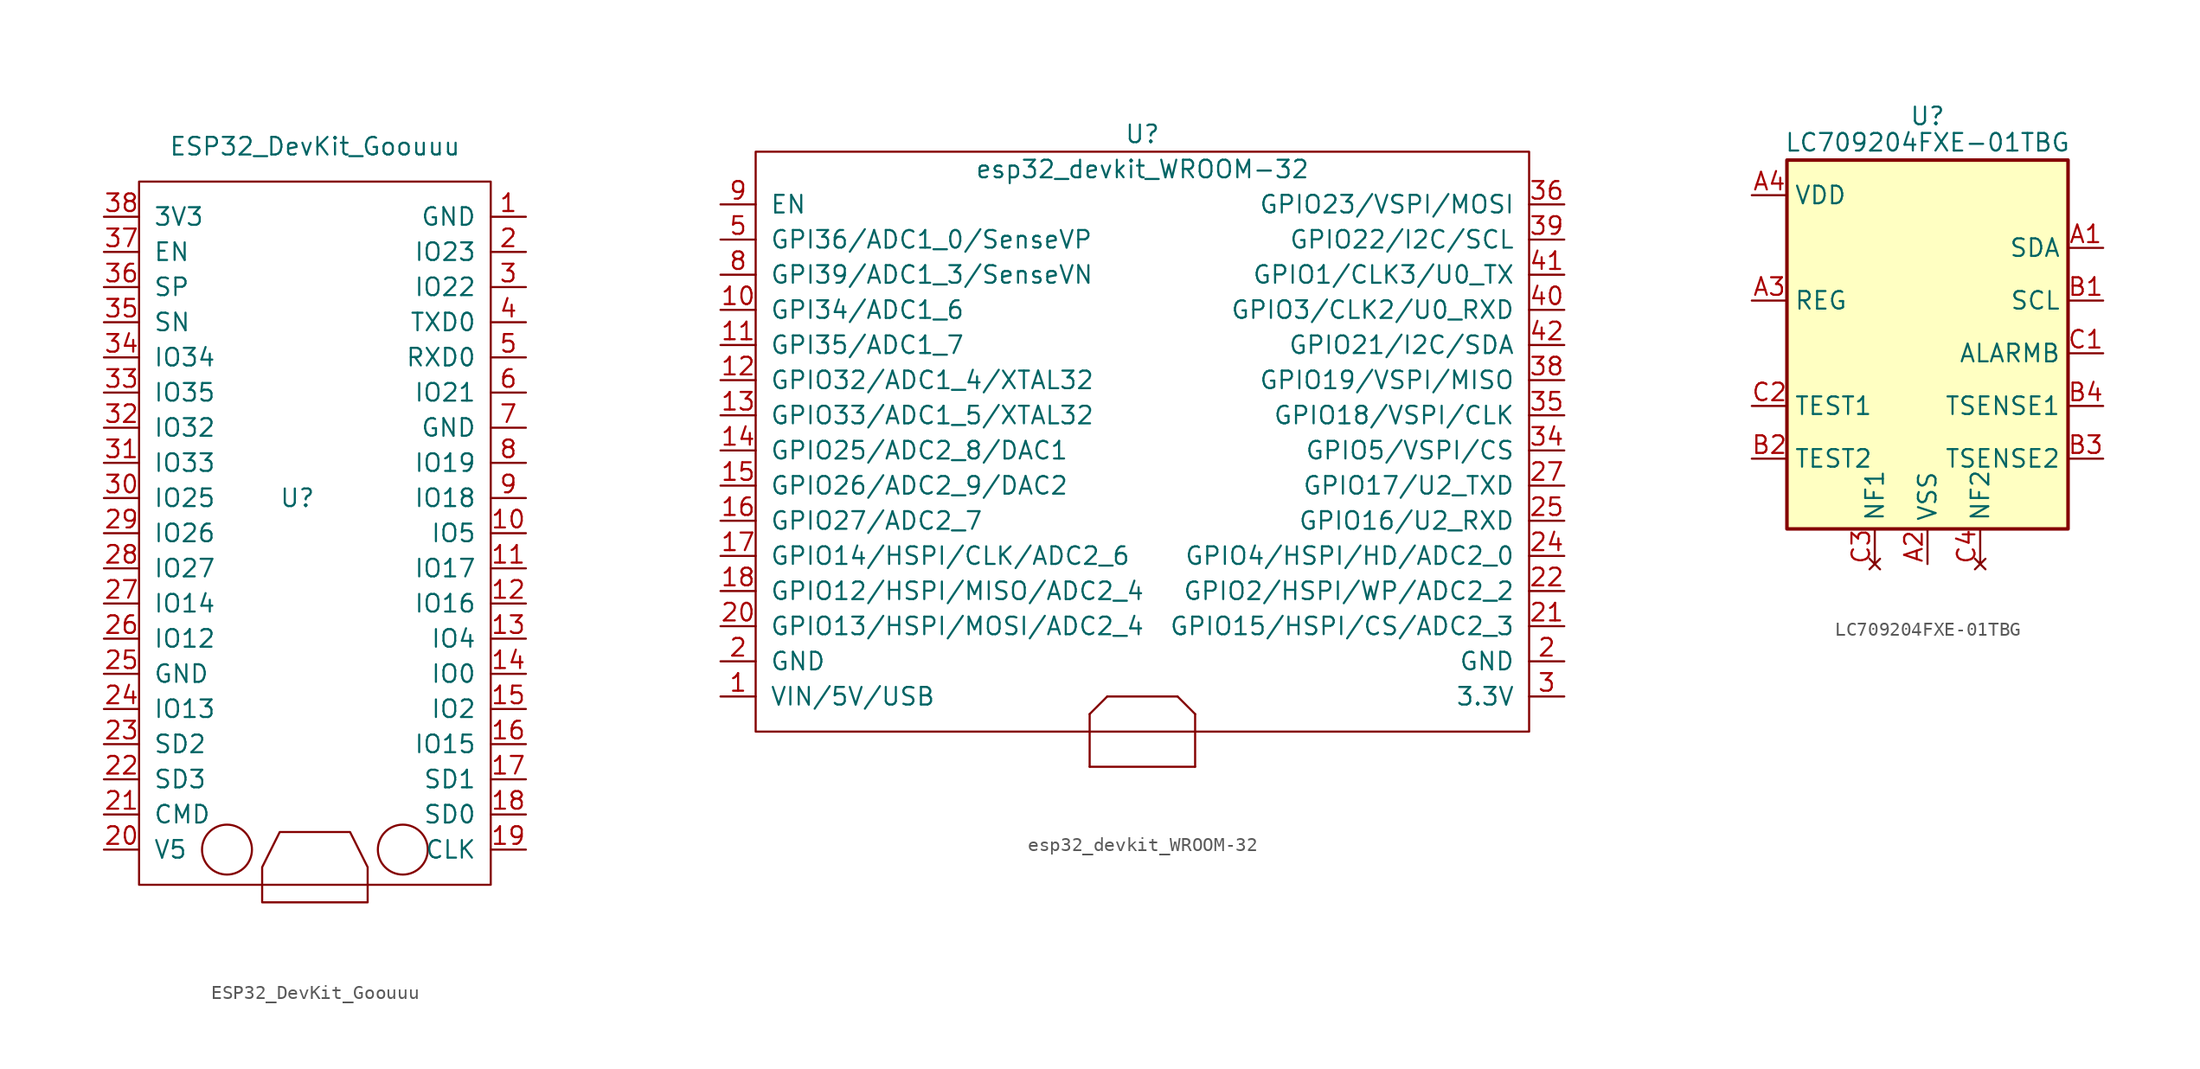
<source format=kicad_sym>
(kicad_symbol_lib
  (version 20220914)
  (generator kicad_symbol_editor)
  (symbol "ESP32_DevKit_Goouuu"
    (pin_names
      (offset 1.016))
    (property "Reference" "U"
      (at -1.27 2.54 0)
      (effects (font (size 1.27 1.27))))
    (property "Value" "ESP32_DevKit_Goouuu"
      (at 0 27.94 0)
      (effects (font (size 1.27 1.27))))
    (symbol "ESP32_DevKit_Goouuu_0_1"
      (rectangle (start -12.7 25.4) (end 12.7 -25.4) (stroke (width 0) (type default)) (fill (type none)))
      (circle (center -6.35 -22.86) (radius 1.803) (stroke (width 0) (type default)) (fill (type none)))
      (polyline (pts (xy -3.81 -26.67) (xy 3.81 -26.67) (xy 3.81 -24.13) (xy 2.54 -21.59) (xy -2.54 -21.59) (xy -3.81 -24.13) (xy -3.81 -26.67)) (stroke (width 0) (type default)) (fill (type none)))
      (circle (center 6.35 -22.86) (radius 1.803) (stroke (width 0) (type default)) (fill (type none))))
    (symbol "ESP32_DevKit_Goouuu_1_1"
      (pin input line (at 15.24 22.86 180) (length 2.54) (name "GND" (effects (font (size 1.27 1.27)))) (number "1" (effects (font (size 1.27 1.27)))))
      (pin input line (at 15.24 0 180) (length 2.54) (name "IO5" (effects (font (size 1.27 1.27)))) (number "10" (effects (font (size 1.27 1.27)))))
      (pin input line (at 15.24 -2.54 180) (length 2.54) (name "IO17" (effects (font (size 1.27 1.27)))) (number "11" (effects (font (size 1.27 1.27)))))
      (pin input line (at 15.24 -5.08 180) (length 2.54) (name "IO16" (effects (font (size 1.27 1.27)))) (number "12" (effects (font (size 1.27 1.27)))))
      (pin input line (at 15.24 -7.62 180) (length 2.54) (name "IO4" (effects (font (size 1.27 1.27)))) (number "13" (effects (font (size 1.27 1.27)))))
      (pin input line (at 15.24 -10.16 180) (length 2.54) (name "IO0" (effects (font (size 1.27 1.27)))) (number "14" (effects (font (size 1.27 1.27)))))
      (pin input line (at 15.24 -12.7 180) (length 2.54) (name "IO2" (effects (font (size 1.27 1.27)))) (number "15" (effects (font (size 1.27 1.27)))))
      (pin input line (at 15.24 -15.24 180) (length 2.54) (name "IO15" (effects (font (size 1.27 1.27)))) (number "16" (effects (font (size 1.27 1.27)))))
      (pin input line (at 15.24 -17.78 180) (length 2.54) (name "SD1" (effects (font (size 1.27 1.27)))) (number "17" (effects (font (size 1.27 1.27)))))
      (pin input line (at 15.24 -20.32 180) (length 2.54) (name "SD0" (effects (font (size 1.27 1.27)))) (number "18" (effects (font (size 1.27 1.27)))))
      (pin input line (at 15.24 -22.86 180) (length 2.54) (name "CLK" (effects (font (size 1.27 1.27)))) (number "19" (effects (font (size 1.27 1.27)))))
      (pin input line (at 15.24 20.32 180) (length 2.54) (name "IO23" (effects (font (size 1.27 1.27)))) (number "2" (effects (font (size 1.27 1.27)))))
      (pin input line (at -15.24 -22.86 0) (length 2.54) (name "V5" (effects (font (size 1.27 1.27)))) (number "20" (effects (font (size 1.27 1.27)))))
      (pin input line (at -15.24 -20.32 0) (length 2.54) (name "CMD" (effects (font (size 1.27 1.27)))) (number "21" (effects (font (size 1.27 1.27)))))
      (pin input line (at -15.24 -17.78 0) (length 2.54) (name "SD3" (effects (font (size 1.27 1.27)))) (number "22" (effects (font (size 1.27 1.27)))))
      (pin input line (at -15.24 -15.24 0) (length 2.54) (name "SD2" (effects (font (size 1.27 1.27)))) (number "23" (effects (font (size 1.27 1.27)))))
      (pin input line (at -15.24 -12.7 0) (length 2.54) (name "IO13" (effects (font (size 1.27 1.27)))) (number "24" (effects (font (size 1.27 1.27)))))
      (pin input line (at -15.24 -10.16 0) (length 2.54) (name "GND" (effects (font (size 1.27 1.27)))) (number "25" (effects (font (size 1.27 1.27)))))
      (pin input line (at -15.24 -7.62 0) (length 2.54) (name "IO12" (effects (font (size 1.27 1.27)))) (number "26" (effects (font (size 1.27 1.27)))))
      (pin input line (at -15.24 -5.08 0) (length 2.54) (name "IO14" (effects (font (size 1.27 1.27)))) (number "27" (effects (font (size 1.27 1.27)))))
      (pin input line (at -15.24 -2.54 0) (length 2.54) (name "IO27" (effects (font (size 1.27 1.27)))) (number "28" (effects (font (size 1.27 1.27)))))
      (pin input line (at -15.24 0 0) (length 2.54) (name "IO26" (effects (font (size 1.27 1.27)))) (number "29" (effects (font (size 1.27 1.27)))))
      (pin input line (at 15.24 17.78 180) (length 2.54) (name "IO22" (effects (font (size 1.27 1.27)))) (number "3" (effects (font (size 1.27 1.27)))))
      (pin input line (at -15.24 2.54 0) (length 2.54) (name "IO25" (effects (font (size 1.27 1.27)))) (number "30" (effects (font (size 1.27 1.27)))))
      (pin input line (at -15.24 5.08 0) (length 2.54) (name "IO33" (effects (font (size 1.27 1.27)))) (number "31" (effects (font (size 1.27 1.27)))))
      (pin input line (at -15.24 7.62 0) (length 2.54) (name "IO32" (effects (font (size 1.27 1.27)))) (number "32" (effects (font (size 1.27 1.27)))))
      (pin input line (at -15.24 10.16 0) (length 2.54) (name "IO35" (effects (font (size 1.27 1.27)))) (number "33" (effects (font (size 1.27 1.27)))))
      (pin input line (at -15.24 12.7 0) (length 2.54) (name "IO34" (effects (font (size 1.27 1.27)))) (number "34" (effects (font (size 1.27 1.27)))))
      (pin input line (at -15.24 15.24 0) (length 2.54) (name "SN" (effects (font (size 1.27 1.27)))) (number "35" (effects (font (size 1.27 1.27)))))
      (pin input line (at -15.24 17.78 0) (length 2.54) (name "SP" (effects (font (size 1.27 1.27)))) (number "36" (effects (font (size 1.27 1.27)))))
      (pin input line (at -15.24 20.32 0) (length 2.54) (name "EN" (effects (font (size 1.27 1.27)))) (number "37" (effects (font (size 1.27 1.27)))))
      (pin input line (at -15.24 22.86 0) (length 2.54) (name "3V3" (effects (font (size 1.27 1.27)))) (number "38" (effects (font (size 1.27 1.27)))))
      (pin input line (at 15.24 15.24 180) (length 2.54) (name "TXD0" (effects (font (size 1.27 1.27)))) (number "4" (effects (font (size 1.27 1.27)))))
      (pin input line (at 15.24 12.7 180) (length 2.54) (name "RXD0" (effects (font (size 1.27 1.27)))) (number "5" (effects (font (size 1.27 1.27)))))
      (pin input line (at 15.24 10.16 180) (length 2.54) (name "IO21" (effects (font (size 1.27 1.27)))) (number "6" (effects (font (size 1.27 1.27)))))
      (pin input line (at 15.24 7.62 180) (length 2.54) (name "GND" (effects (font (size 1.27 1.27)))) (number "7" (effects (font (size 1.27 1.27)))))
      (pin input line (at 15.24 5.08 180) (length 2.54) (name "IO19" (effects (font (size 1.27 1.27)))) (number "8" (effects (font (size 1.27 1.27)))))
      (pin input line (at 15.24 2.54 180) (length 2.54) (name "IO18" (effects (font (size 1.27 1.27)))) (number "9" (effects (font (size 1.27 1.27)))))))
  (symbol "esp32_devkit_WROOM-32"
    (pin_names
      (offset 1.016))
    (property "Reference" "U"
      (at 0 22.86 0)
      (effects (font (size 1.27 1.27))))
    (property "Value" "esp32_devkit_WROOM-32"
      (at 0 20.32 0)
      (effects (font (size 1.27 1.27))))
    (symbol "esp32_devkit_WROOM-32_0_1"
      (rectangle (start -27.94 -20.32) (end 27.94 21.59) (stroke (width 0) (type default)) (fill (type none)))
      (polyline (pts (xy -2.54 -17.78) (xy -3.81 -19.05)) (stroke (width 0) (type default)) (fill (type none)))
      (polyline (pts (xy -2.54 -17.78) (xy 2.54 -17.78)) (stroke (width 0) (type default)) (fill (type none)))
      (polyline (pts (xy 2.54 -17.78) (xy 3.81 -19.05)) (stroke (width 0) (type default)) (fill (type none)))
      (polyline (pts (xy 3.81 -19.05) (xy 3.81 -22.86)) (stroke (width 0) (type default)) (fill (type none)))
      (polyline (pts (xy -3.81 -22.86) (xy -3.81 -20.32) (xy -3.81 -19.05)) (stroke (width 0) (type default)) (fill (type none)))
      (polyline (pts (xy -3.81 -22.86) (xy 0 -22.86) (xy 3.81 -22.86)) (stroke (width 0) (type default)) (fill (type none))))
    (symbol "esp32_devkit_WROOM-32_1_1"
      (pin input line (at -30.48 -17.78 0) (length 2.54) (name "VIN/5V/USB" (effects (font (size 1.27 1.27)))) (number "1" (effects (font (size 1.27 1.27)))))
      (pin input line (at -30.48 10.16 0) (length 2.54) (name "GPI34/ADC1_6" (effects (font (size 1.27 1.27)))) (number "10" (effects (font (size 1.27 1.27)))))
      (pin input line (at -30.48 7.62 0) (length 2.54) (name "GPI35/ADC1_7" (effects (font (size 1.27 1.27)))) (number "11" (effects (font (size 1.27 1.27)))))
      (pin input line (at -30.48 5.08 0) (length 2.54) (name "GPIO32/ADC1_4/XTAL32" (effects (font (size 1.27 1.27)))) (number "12" (effects (font (size 1.27 1.27)))))
      (pin input line (at -30.48 2.54 0) (length 2.54) (name "GPIO33/ADC1_5/XTAL32" (effects (font (size 1.27 1.27)))) (number "13" (effects (font (size 1.27 1.27)))))
      (pin input line (at -30.48 0 0) (length 2.54) (name "GPIO25/ADC2_8/DAC1" (effects (font (size 1.27 1.27)))) (number "14" (effects (font (size 1.27 1.27)))))
      (pin input line (at -30.48 -2.54 0) (length 2.54) (name "GPIO26/ADC2_9/DAC2" (effects (font (size 1.27 1.27)))) (number "15" (effects (font (size 1.27 1.27)))))
      (pin input line (at -30.48 -5.08 0) (length 2.54) (name "GPIO27/ADC2_7" (effects (font (size 1.27 1.27)))) (number "16" (effects (font (size 1.27 1.27)))))
      (pin input line (at -30.48 -7.62 0) (length 2.54) (name "GPIO14/HSPI/CLK/ADC2_6" (effects (font (size 1.27 1.27)))) (number "17" (effects (font (size 1.27 1.27)))))
      (pin input line (at -30.48 -10.16 0) (length 2.54) (name "GPIO12/HSPI/MISO/ADC2_4" (effects (font (size 1.27 1.27)))) (number "18" (effects (font (size 1.27 1.27)))))
      (pin input line (at -30.48 -15.24 0) (length 2.54) (name "GND" (effects (font (size 1.27 1.27)))) (number "2" (effects (font (size 1.27 1.27)))))
      (pin input line (at 30.48 -15.24 180) (length 2.54) (name "GND" (effects (font (size 1.27 1.27)))) (number "2" (effects (font (size 1.27 1.27)))))
      (pin input line (at -30.48 -12.7 0) (length 2.54) (name "GPIO13/HSPI/MOSI/ADC2_4" (effects (font (size 1.27 1.27)))) (number "20" (effects (font (size 1.27 1.27)))))
      (pin input line (at 30.48 -12.7 180) (length 2.54) (name "GPIO15/HSPI/CS/ADC2_3" (effects (font (size 1.27 1.27)))) (number "21" (effects (font (size 1.27 1.27)))))
      (pin input line (at 30.48 -10.16 180) (length 2.54) (name "GPIO2/HSPI/WP/ADC2_2" (effects (font (size 1.27 1.27)))) (number "22" (effects (font (size 1.27 1.27)))))
      (pin input line (at 30.48 -7.62 180) (length 2.54) (name "GPIO4/HSPI/HD/ADC2_0" (effects (font (size 1.27 1.27)))) (number "24" (effects (font (size 1.27 1.27)))))
      (pin input line (at 30.48 -5.08 180) (length 2.54) (name "GPIO16/U2_RXD" (effects (font (size 1.27 1.27)))) (number "25" (effects (font (size 1.27 1.27)))))
      (pin input line (at 30.48 -2.54 180) (length 2.54) (name "GPIO17/U2_TXD" (effects (font (size 1.27 1.27)))) (number "27" (effects (font (size 1.27 1.27)))))
      (pin input line (at 30.48 -17.78 180) (length 2.54) (name "3.3V" (effects (font (size 1.27 1.27)))) (number "3" (effects (font (size 1.27 1.27)))))
      (pin input line (at 30.48 0 180) (length 2.54) (name "GPIO5/VSPI/CS" (effects (font (size 1.27 1.27)))) (number "34" (effects (font (size 1.27 1.27)))))
      (pin input line (at 30.48 2.54 180) (length 2.54) (name "GPIO18/VSPI/CLK" (effects (font (size 1.27 1.27)))) (number "35" (effects (font (size 1.27 1.27)))))
      (pin input line (at 30.48 17.78 180) (length 2.54) (name "GPIO23/VSPI/MOSI" (effects (font (size 1.27 1.27)))) (number "36" (effects (font (size 1.27 1.27)))))
      (pin input line (at 30.48 5.08 180) (length 2.54) (name "GPIO19/VSPI/MISO" (effects (font (size 1.27 1.27)))) (number "38" (effects (font (size 1.27 1.27)))))
      (pin input line (at 30.48 15.24 180) (length 2.54) (name "GPIO22/I2C/SCL" (effects (font (size 1.27 1.27)))) (number "39" (effects (font (size 1.27 1.27)))))
      (pin input line (at 30.48 10.16 180) (length 2.54) (name "GPIO3/CLK2/U0_RXD" (effects (font (size 1.27 1.27)))) (number "40" (effects (font (size 1.27 1.27)))))
      (pin input line (at 30.48 12.7 180) (length 2.54) (name "GPIO1/CLK3/U0_TX" (effects (font (size 1.27 1.27)))) (number "41" (effects (font (size 1.27 1.27)))))
      (pin input line (at 30.48 7.62 180) (length 2.54) (name "GPIO21/I2C/SDA" (effects (font (size 1.27 1.27)))) (number "42" (effects (font (size 1.27 1.27)))))
      (pin input line (at -30.48 15.24 0) (length 2.54) (name "GPI36/ADC1_0/SenseVP" (effects (font (size 1.27 1.27)))) (number "5" (effects (font (size 1.27 1.27)))))
      (pin input line (at -30.48 12.7 0) (length 2.54) (name "GPI39/ADC1_3/SenseVN" (effects (font (size 1.27 1.27)))) (number "8" (effects (font (size 1.27 1.27)))))
      (pin input line (at -30.48 17.78 0) (length 2.54) (name "EN" (effects (font (size 1.27 1.27)))) (number "9" (effects (font (size 1.27 1.27)))))))
  (symbol "LC709204FXE-01TBG"
    (property "Reference" "U"
      (at 0 17.145 0)
      (effects (font (size 1.27 1.27))))
    (property "Value" "LC709204FXE-01TBG"
      (at 0 15.24 0)
      (effects (font (size 1.27 1.27))))
    (symbol "LC709204FXE-01TBG_0_1"
      (rectangle (start -10.16 13.97) (end 10.16 -12.7) (stroke (width 0.254) (type default)) (fill (type background))))
    (symbol "LC709204FXE-01TBG_1_1"
      (pin bidirectional line (at 12.7 7.62 180) (length 2.54) (name "SDA" (effects (font (size 1.27 1.27)))) (number "A1" (effects (font (size 1.27 1.27)))))
      (pin power_in line (at 0 -15.24 90) (length 2.54) (name "VSS" (effects (font (size 1.27 1.27)))) (number "A2" (effects (font (size 1.27 1.27)))))
      (pin output line (at -12.7 3.81 0) (length 2.54) (name "REG" (effects (font (size 1.27 1.27)))) (number "A3" (effects (font (size 1.27 1.27)))))
      (pin power_in line (at -12.7 11.43 0) (length 2.54) (name "VDD" (effects (font (size 1.27 1.27)))) (number "A4" (effects (font (size 1.27 1.27)))))
      (pin input line (at 12.7 3.81 180) (length 2.54) (name "SCL" (effects (font (size 1.27 1.27)))) (number "B1" (effects (font (size 1.27 1.27)))))
      (pin input line (at -12.7 -7.62 0) (length 2.54) (name "TEST2" (effects (font (size 1.27 1.27)))) (number "B2" (effects (font (size 1.27 1.27)))))
      (pin bidirectional line (at 12.7 -7.62 180) (length 2.54) (name "TSENSE2" (effects (font (size 1.27 1.27)))) (number "B3" (effects (font (size 1.27 1.27)))))
      (pin bidirectional line (at 12.7 -3.81 180) (length 2.54) (name "TSENSE1" (effects (font (size 1.27 1.27)))) (number "B4" (effects (font (size 1.27 1.27)))))
      (pin open_collector line (at 12.7 0 180) (length 2.54) (name "ALARMB" (effects (font (size 1.27 1.27)))) (number "C1" (effects (font (size 1.27 1.27)))))
      (pin input line (at -12.7 -3.81 0) (length 2.54) (name "TEST1" (effects (font (size 1.27 1.27)))) (number "C2" (effects (font (size 1.27 1.27)))))
      (pin no_connect line (at -3.81 -15.24 90) (length 2.54) (name "NF1" (effects (font (size 1.27 1.27)))) (number "C3" (effects (font (size 1.27 1.27)))))
      (pin no_connect line (at 3.81 -15.24 90) (length 2.54) (name "NF2" (effects (font (size 1.27 1.27)))) (number "C4" (effects (font (size 1.27 1.27))))))))
</source>
